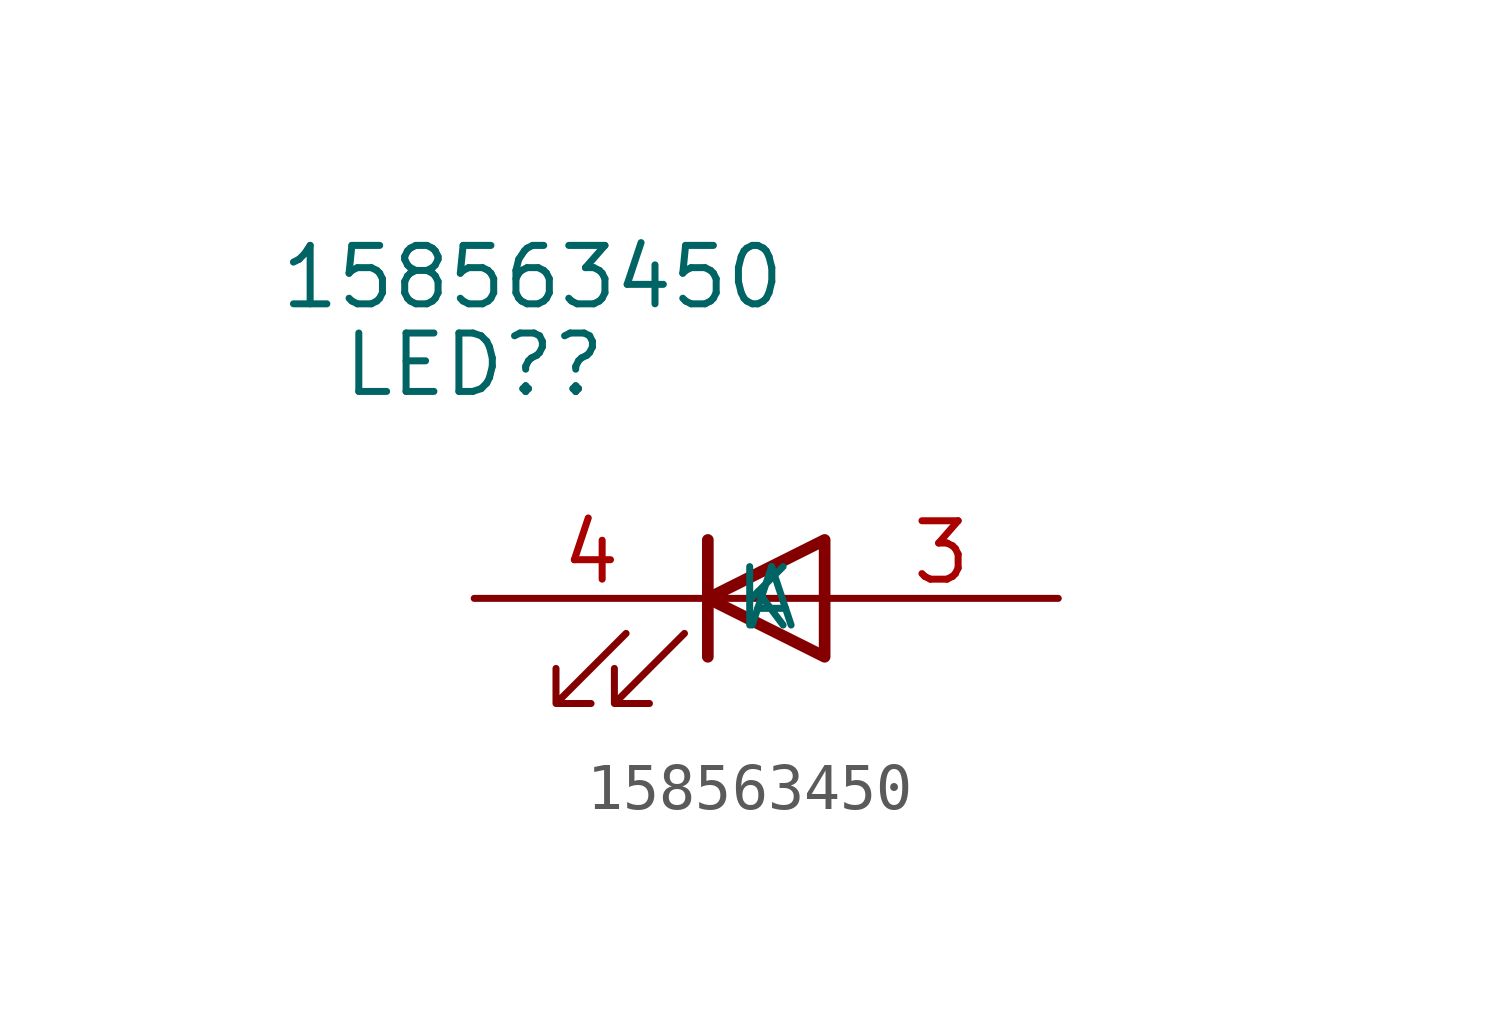
<source format=kicad_sym>
(kicad_symbol_lib
  (version 20211014)
  (generator kicad_symbol_editor)
  (symbol "158563450"
    (property "Reference" "LED?"
      (at 0 0 0)
      (effects (font (size 1.27 1.27))))
    (property "Value" "158563450"
      (at 1.27 1.905 0)
      (effects (font (size 1.27 1.27))))
    (symbol "158563450_0_1"
      (polyline (pts (xy 5.08 -6.35) (xy 5.08 -3.81)) (stroke (width 0.254) (type default) (color 0 0 0 0)) (fill (type none)))
      (polyline (pts (xy 5.08 -5.08) (xy 7.62 -5.08)) (stroke (width 0) (type default) (color 0 0 0 0)) (fill (type none)))
      (polyline (pts (xy 7.62 -6.35) (xy 7.62 -3.81) (xy 5.08 -5.08) (xy 7.62 -6.35)) (stroke (width 0.254) (type default) (color 0 0 0 0)) (fill (type none)))
      (polyline (pts (xy 3.302 -5.842) (xy 1.778 -7.366) (xy 2.54 -7.366) (xy 1.778 -7.366) (xy 1.778 -6.604)) (stroke (width 0) (type default) (color 0 0 0 0)) (fill (type none)))
      (polyline (pts (xy 4.572 -5.842) (xy 3.048 -7.366) (xy 3.81 -7.366) (xy 3.048 -7.366) (xy 3.048 -6.604)) (stroke (width 0) (type default) (color 0 0 0 0)) (fill (type none))))
    (symbol "158563450_1_1"
      (pin passive line (at 0 0 0) (length 5.08) hide (name "NC_1" (effects (font (size 1.27 1.27)))) (number "1" (effects (font (size 1.27 1.27)))))
      (pin passive line (at 0 -2.54 0) (length 5.08) hide (name "NC_2" (effects (font (size 1.27 1.27)))) (number "2" (effects (font (size 1.27 1.27)))))
      (pin passive line (at 12.7 -5.08 180) (length 5.08) (name "A" (effects (font (size 1.27 1.27)))) (number "3" (effects (font (size 1.27 1.27)))))
      (pin passive line (at 0 -5.08 0) (length 5.08) (name "K" (effects (font (size 1.27 1.27)))) (number "4" (effects (font (size 1.27 1.27)))))
      (pin passive line (at 15.875 -2.54 180) (length 5.08) hide (name "NC_3" (effects (font (size 1.27 1.27)))) (number "5" (effects (font (size 1.27 1.27))))))))
</source>
